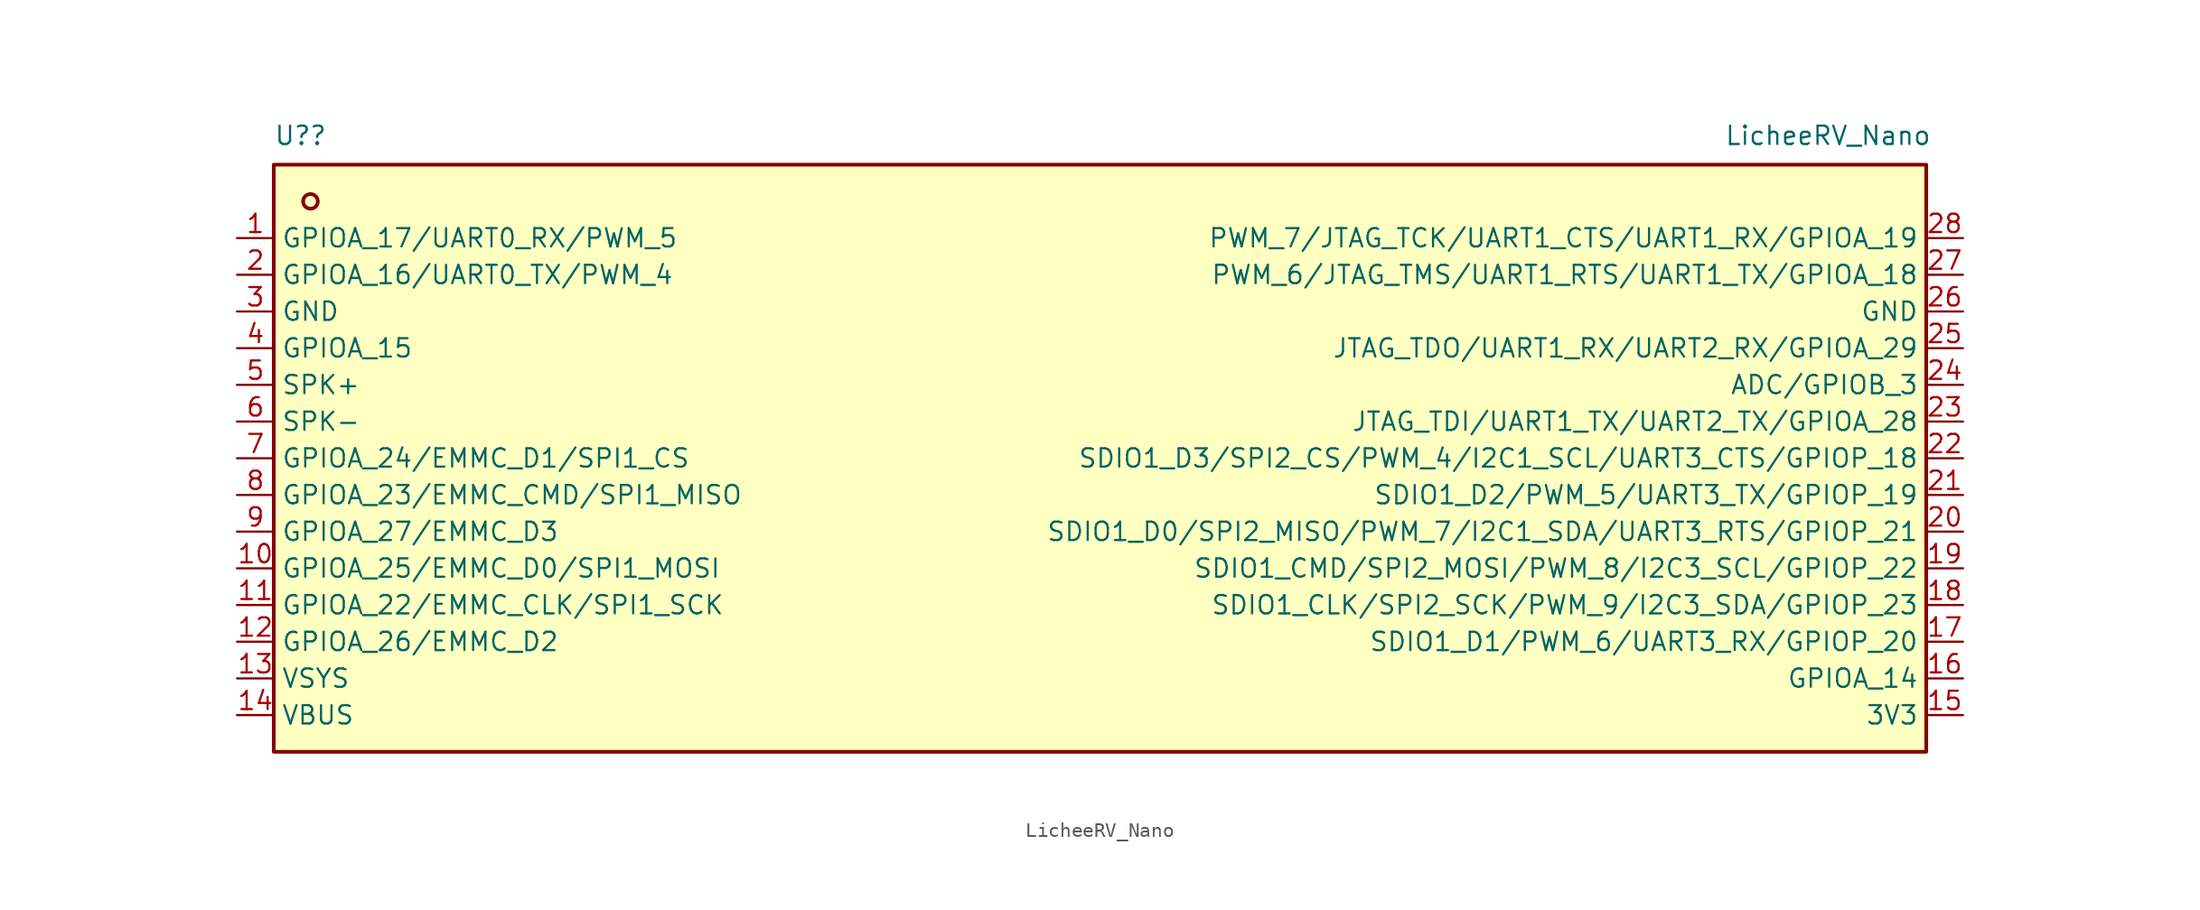
<source format=kicad_sym>
(kicad_symbol_lib
  (version 20241209)
  (generator "kicad_symbol_editor")
  (generator_version "9.0")
  (symbol "LicheeRV_Nano"
    (property "Reference" "U?"
      (at 5.08 6.35 0)
      (effects (font (size 1.27 1.27)) (justify left bottom)))
    (property "Value" "LicheeRV_Nano"
      (at 105.41 6.35 0)
      (effects (font (size 1.27 1.27)) (justify left bottom)))
    (symbol "LicheeRV_Nano_1_0"
      (circle (center 7.62 2.54) (radius 0.508) (stroke (width 0.254) (type default)) (fill (type none)))
      (rectangle (start 119.38 5.08) (end 5.08 -35.56) (stroke (width 0.254) (type default)) (fill (type background)))
      (pin passive line (at 2.54 0 0) (length 2.54) (name "GPIOA_17/UART0_RX/PWM_5" (effects (font (size 1.27 1.27)))) (number "1" (effects (font (size 1.27 1.27)))))
      (pin passive line (at 2.54 -2.54 0) (length 2.54) (name "GPIOA_16/UART0_TX/PWM_4" (effects (font (size 1.27 1.27)))) (number "2" (effects (font (size 1.27 1.27)))))
      (pin passive line (at 2.54 -5.08 0) (length 2.54) (name "GND" (effects (font (size 1.27 1.27)))) (number "3" (effects (font (size 1.27 1.27)))))
      (pin passive line (at 2.54 -7.62 0) (length 2.54) (name "GPIOA_15" (effects (font (size 1.27 1.27)))) (number "4" (effects (font (size 1.27 1.27)))))
      (pin passive line (at 2.54 -10.16 0) (length 2.54) (name "SPK+" (effects (font (size 1.27 1.27)))) (number "5" (effects (font (size 1.27 1.27)))))
      (pin passive line (at 2.54 -12.7 0) (length 2.54) (name "SPK-" (effects (font (size 1.27 1.27)))) (number "6" (effects (font (size 1.27 1.27)))))
      (pin passive line (at 2.54 -15.24 0) (length 2.54) (name "GPIOA_24/EMMC_D1/SPI1_CS" (effects (font (size 1.27 1.27)))) (number "7" (effects (font (size 1.27 1.27)))))
      (pin passive line (at 2.54 -17.78 0) (length 2.54) (name "GPIOA_23/EMMC_CMD/SPI1_MISO" (effects (font (size 1.27 1.27)))) (number "8" (effects (font (size 1.27 1.27)))))
      (pin passive line (at 2.54 -20.32 0) (length 2.54) (name "GPIOA_27/EMMC_D3" (effects (font (size 1.27 1.27)))) (number "9" (effects (font (size 1.27 1.27)))))
      (pin passive line (at 2.54 -22.86 0) (length 2.54) (name "GPIOA_25/EMMC_D0/SPI1_MOSI" (effects (font (size 1.27 1.27)))) (number "10" (effects (font (size 1.27 1.27)))))
      (pin passive line (at 2.54 -25.4 0) (length 2.54) (name "GPIOA_22/EMMC_CLK/SPI1_SCK" (effects (font (size 1.27 1.27)))) (number "11" (effects (font (size 1.27 1.27)))))
      (pin passive line (at 2.54 -27.94 0) (length 2.54) (name "GPIOA_26/EMMC_D2" (effects (font (size 1.27 1.27)))) (number "12" (effects (font (size 1.27 1.27)))))
      (pin passive line (at 2.54 -30.48 0) (length 2.54) (name "VSYS" (effects (font (size 1.27 1.27)))) (number "13" (effects (font (size 1.27 1.27)))))
      (pin passive line (at 2.54 -33.02 0) (length 2.54) (name "VBUS" (effects (font (size 1.27 1.27)))) (number "14" (effects (font (size 1.27 1.27)))))
      (pin passive line (at 121.92 0 180) (length 2.54) (name "PWM_7/JTAG_TCK/UART1_CTS/UART1_RX/GPIOA_19" (effects (font (size 1.27 1.27)))) (number "28" (effects (font (size 1.27 1.27)))))
      (pin passive line (at 121.92 -2.54 180) (length 2.54) (name "PWM_6/JTAG_TMS/UART1_RTS/UART1_TX/GPIOA_18" (effects (font (size 1.27 1.27)))) (number "27" (effects (font (size 1.27 1.27)))))
      (pin passive line (at 121.92 -5.08 180) (length 2.54) (name "GND" (effects (font (size 1.27 1.27)))) (number "26" (effects (font (size 1.27 1.27)))))
      (pin passive line (at 121.92 -7.62 180) (length 2.54) (name "JTAG_TDO/UART1_RX/UART2_RX/GPIOA_29" (effects (font (size 1.27 1.27)))) (number "25" (effects (font (size 1.27 1.27)))))
      (pin passive line (at 121.92 -10.16 180) (length 2.54) (name "ADC/GPIOB_3" (effects (font (size 1.27 1.27)))) (number "24" (effects (font (size 1.27 1.27)))))
      (pin passive line (at 121.92 -12.7 180) (length 2.54) (name "JTAG_TDI/UART1_TX/UART2_TX/GPIOA_28" (effects (font (size 1.27 1.27)))) (number "23" (effects (font (size 1.27 1.27)))))
      (pin passive line (at 121.92 -15.24 180) (length 2.54) (name "SDIO1_D3/SPI2_CS/PWM_4/I2C1_SCL/UART3_CTS/GPIOP_18" (effects (font (size 1.27 1.27)))) (number "22" (effects (font (size 1.27 1.27)))))
      (pin passive line (at 121.92 -17.78 180) (length 2.54) (name "SDIO1_D2/PWM_5/UART3_TX/GPIOP_19" (effects (font (size 1.27 1.27)))) (number "21" (effects (font (size 1.27 1.27)))))
      (pin passive line (at 121.92 -20.32 180) (length 2.54) (name "SDIO1_D0/SPI2_MISO/PWM_7/I2C1_SDA/UART3_RTS/GPIOP_21" (effects (font (size 1.27 1.27)))) (number "20" (effects (font (size 1.27 1.27)))))
      (pin passive line (at 121.92 -22.86 180) (length 2.54) (name "SDIO1_CMD/SPI2_MOSI/PWM_8/I2C3_SCL/GPIOP_22" (effects (font (size 1.27 1.27)))) (number "19" (effects (font (size 1.27 1.27)))))
      (pin passive line (at 121.92 -25.4 180) (length 2.54) (name "SDIO1_CLK/SPI2_SCK/PWM_9/I2C3_SDA/GPIOP_23" (effects (font (size 1.27 1.27)))) (number "18" (effects (font (size 1.27 1.27)))))
      (pin passive line (at 121.92 -27.94 180) (length 2.54) (name "SDIO1_D1/PWM_6/UART3_RX/GPIOP_20" (effects (font (size 1.27 1.27)))) (number "17" (effects (font (size 1.27 1.27)))))
      (pin passive line (at 121.92 -30.48 180) (length 2.54) (name "GPIOA_14" (effects (font (size 1.27 1.27)))) (number "16" (effects (font (size 1.27 1.27)))))
      (pin passive line (at 121.92 -33.02 180) (length 2.54) (name "3V3" (effects (font (size 1.27 1.27)))) (number "15" (effects (font (size 1.27 1.27))))))))
</source>
